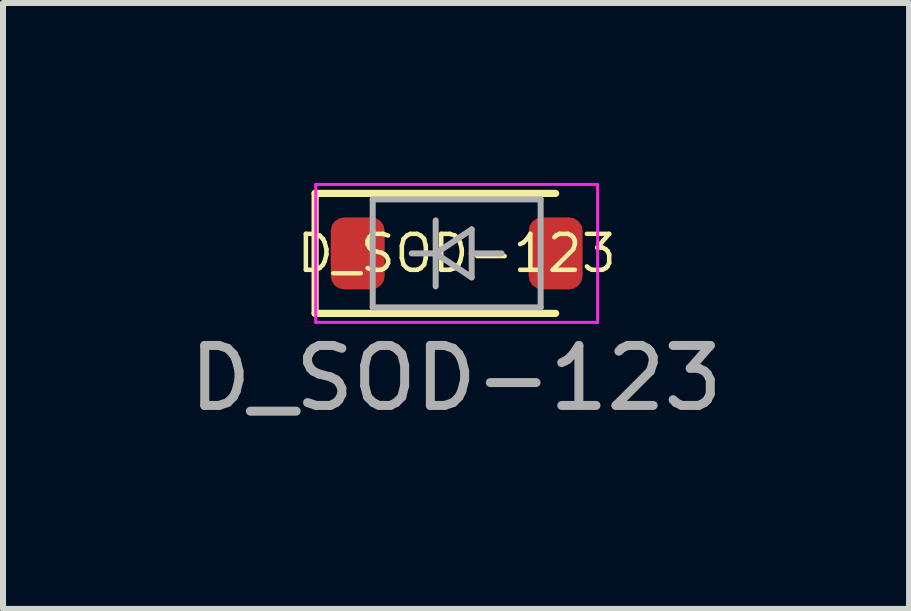
<source format=kicad_pcb>
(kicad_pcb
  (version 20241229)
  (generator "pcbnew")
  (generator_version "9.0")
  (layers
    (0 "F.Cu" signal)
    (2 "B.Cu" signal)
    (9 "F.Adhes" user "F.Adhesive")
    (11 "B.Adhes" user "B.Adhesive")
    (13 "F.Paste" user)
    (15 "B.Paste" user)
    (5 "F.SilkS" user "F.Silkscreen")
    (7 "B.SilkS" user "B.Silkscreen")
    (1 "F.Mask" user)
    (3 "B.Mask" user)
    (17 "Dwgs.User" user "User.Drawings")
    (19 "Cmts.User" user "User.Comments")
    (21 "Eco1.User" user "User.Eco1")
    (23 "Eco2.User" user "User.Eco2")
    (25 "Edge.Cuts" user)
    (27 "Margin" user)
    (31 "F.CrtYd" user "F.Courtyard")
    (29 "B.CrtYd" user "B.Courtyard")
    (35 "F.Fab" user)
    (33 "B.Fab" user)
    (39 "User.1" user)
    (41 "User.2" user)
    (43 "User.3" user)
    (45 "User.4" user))
  (footprint "D_SOD-123"
    (layer "F.Cu")
    (at 4.564 1.175)
    (property "Reference" "D_SOD-123" (at 0 0 0) (layer "F.SilkS") (effects (font (size 0.6 0.6) (thickness 0.075))))
    (attr smd)
    (fp_line (start -2.36 -1) (end -2.36 1) (stroke (width 0.12) (type solid)) (layer "F.SilkS"))
    (fp_line (start -2.36 -1) (end 1.65 -1) (stroke (width 0.12) (type solid)) (layer "F.SilkS"))
    (fp_line (start -2.36 1) (end 1.65 1) (stroke (width 0.12) (type solid)) (layer "F.SilkS"))
    (fp_line (start -2.35 -1.15) (end -2.35 1.15) (stroke (width 0.05) (type solid)) (layer "F.CrtYd"))
    (fp_line (start -2.35 -1.15) (end 2.35 -1.15) (stroke (width 0.05) (type solid)) (layer "F.CrtYd"))
    (fp_line (start 2.35 -1.15) (end 2.35 1.15) (stroke (width 0.05) (type solid)) (layer "F.CrtYd"))
    (fp_line (start 2.35 1.15) (end -2.35 1.15) (stroke (width 0.05) (type solid)) (layer "F.CrtYd"))
    (fp_line (start -1.4 -0.9) (end 1.4 -0.9) (stroke (width 0.1) (type solid)) (layer "F.Fab"))
    (fp_line (start -1.4 0.9) (end -1.4 -0.9) (stroke (width 0.1) (type solid)) (layer "F.Fab"))
    (fp_line (start -0.75 0) (end -0.35 0) (stroke (width 0.1) (type solid)) (layer "F.Fab"))
    (fp_line (start -0.35 0) (end -0.35 -0.55) (stroke (width 0.1) (type solid)) (layer "F.Fab"))
    (fp_line (start -0.35 0) (end -0.35 0.55) (stroke (width 0.1) (type solid)) (layer "F.Fab"))
    (fp_line (start -0.35 0) (end 0.25 -0.4) (stroke (width 0.1) (type solid)) (layer "F.Fab"))
    (fp_line (start 0.25 -0.4) (end 0.25 0.4) (stroke (width 0.1) (type solid)) (layer "F.Fab"))
    (fp_line (start 0.25 0) (end 0.75 0) (stroke (width 0.1) (type solid)) (layer "F.Fab"))
    (fp_line (start 0.25 0.4) (end -0.35 0) (stroke (width 0.1) (type solid)) (layer "F.Fab"))
    (fp_line (start 1.4 -0.9) (end 1.4 0.9) (stroke (width 0.1) (type solid)) (layer "F.Fab"))
    (fp_line (start 1.4 0.9) (end -1.4 0.9) (stroke (width 0.1) (type solid)) (layer "F.Fab"))
    (fp_text user "${REFERENCE}" (at -0.01 2.08 0) (layer "F.Fab") (effects (font (size 1 1) (thickness 0.15))))
    (pad "1" smd roundrect (at -1.65 0) (size 0.9 1.2) (layers "F.Cu" "F.Mask" "F.Paste") (roundrect_rratio 0.25))
    (pad "2" smd roundrect (at 1.65 0) (size 0.9 1.2) (layers "F.Cu" "F.Mask" "F.Paste") (roundrect_rratio 0.25)))
  (gr_rect
    (start -3 -3)
    (end 12.107 7.103)
    (stroke (width 0.1) (type default))
    (fill no)
    (layer "Edge.Cuts")))
</source>
